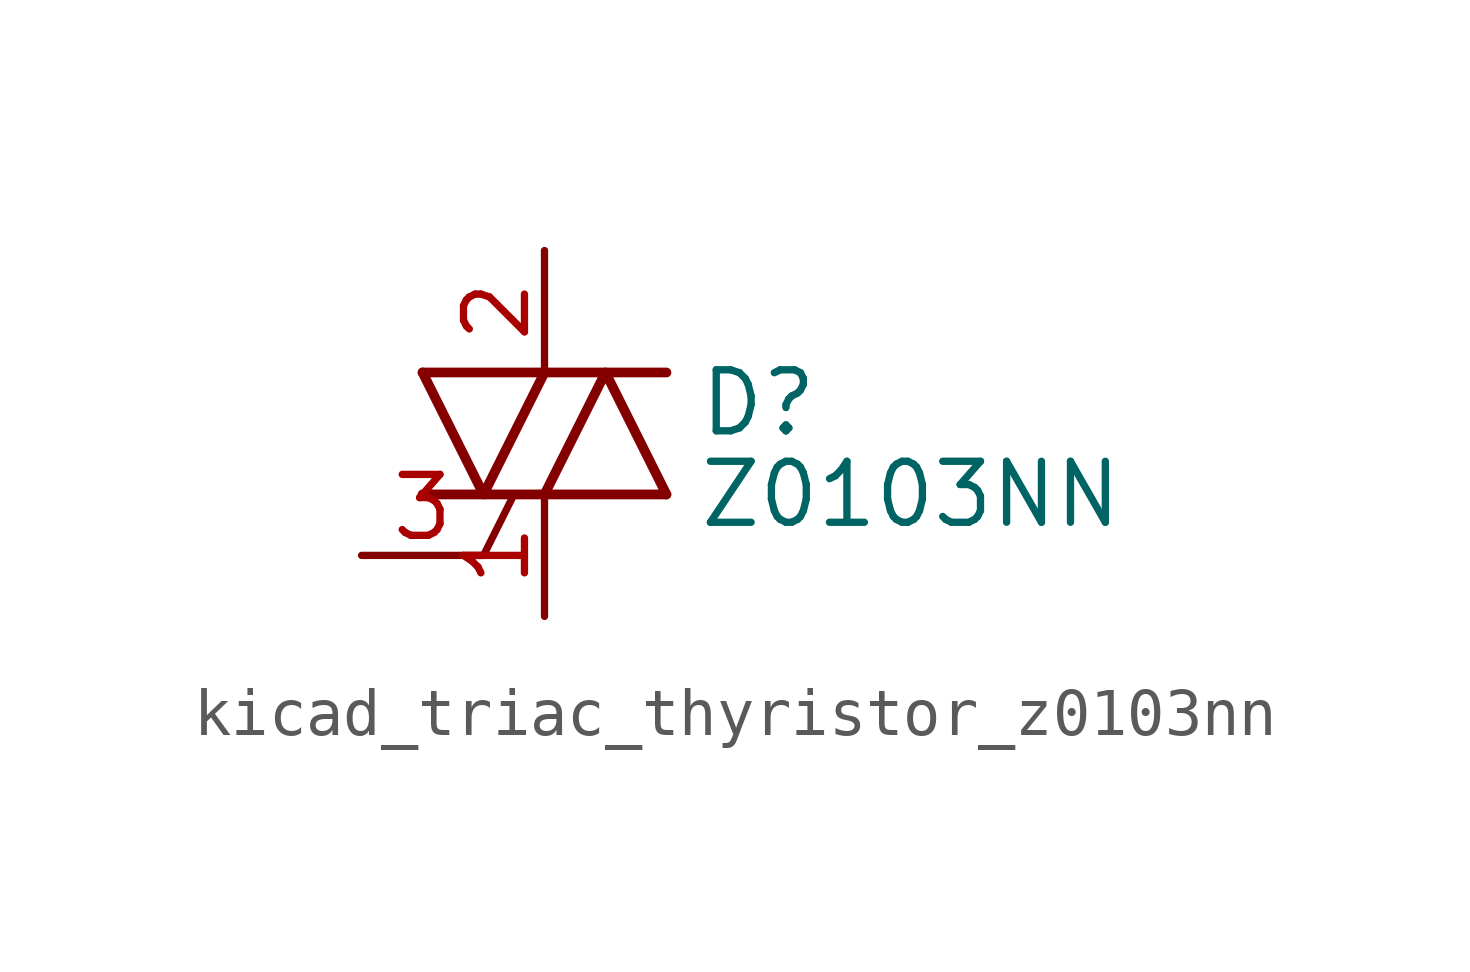
<source format=kicad_sym>
(kicad_symbol_lib
  (version 20220914)
  (generator kicad_symbol_editor)
  (symbol "kicad_triac_thyristor_z0103nn"
    (pin_names
      (offset 0) hide)
    (property "Reference" "D"
      (at 3.175 0.635 0)
      (effects (font (size 1.27 1.27)) (justify left)))
    (property "Value" "Z0103NN"
      (at 3.175 -1.27 0)
      (effects (font (size 1.27 1.27)) (justify left)))
    (symbol "kicad_triac_thyristor_z0103nn_0_1"
      (polyline (pts (xy -2.54 -1.27) (xy 2.54 -1.27)) (stroke (width 0.203) (type default)) (fill (type none)))
      (polyline (pts (xy -2.54 1.27) (xy 2.54 1.27)) (stroke (width 0.203) (type default)) (fill (type none)))
      (polyline (pts (xy -1.27 -2.54) (xy -0.635 -1.27)) (stroke (width 0) (type default)) (fill (type none)))
      (polyline (pts (xy -2.54 1.27) (xy -1.27 -1.27) (xy 0 1.27)) (stroke (width 0.203) (type default)) (fill (type none)))
      (polyline (pts (xy 0 -1.27) (xy 1.27 1.27) (xy 2.54 -1.27)) (stroke (width 0.203) (type default)) (fill (type none))))
    (symbol "kicad_triac_thyristor_z0103nn_1_1"
      (pin passive line (at 0 -3.81 90) (length 2.54) (name "A1" (effects (font (size 1.27 1.27)))) (number "1" (effects (font (size 1.27 1.27)))))
      (pin passive line (at 0 3.81 270) (length 2.54) (name "A2" (effects (font (size 1.27 1.27)))) (number "2" (effects (font (size 1.27 1.27)))))
      (pin input line (at -3.81 -2.54 0) (length 2.54) (name "G" (effects (font (size 1.27 1.27)))) (number "3" (effects (font (size 1.27 1.27)))))
      (pin passive line (at 0 3.81 270) (length 2.54) hide (name "A4" (effects (font (size 1.27 1.27)))) (number "4" (effects (font (size 1.27 1.27))))))))
</source>
